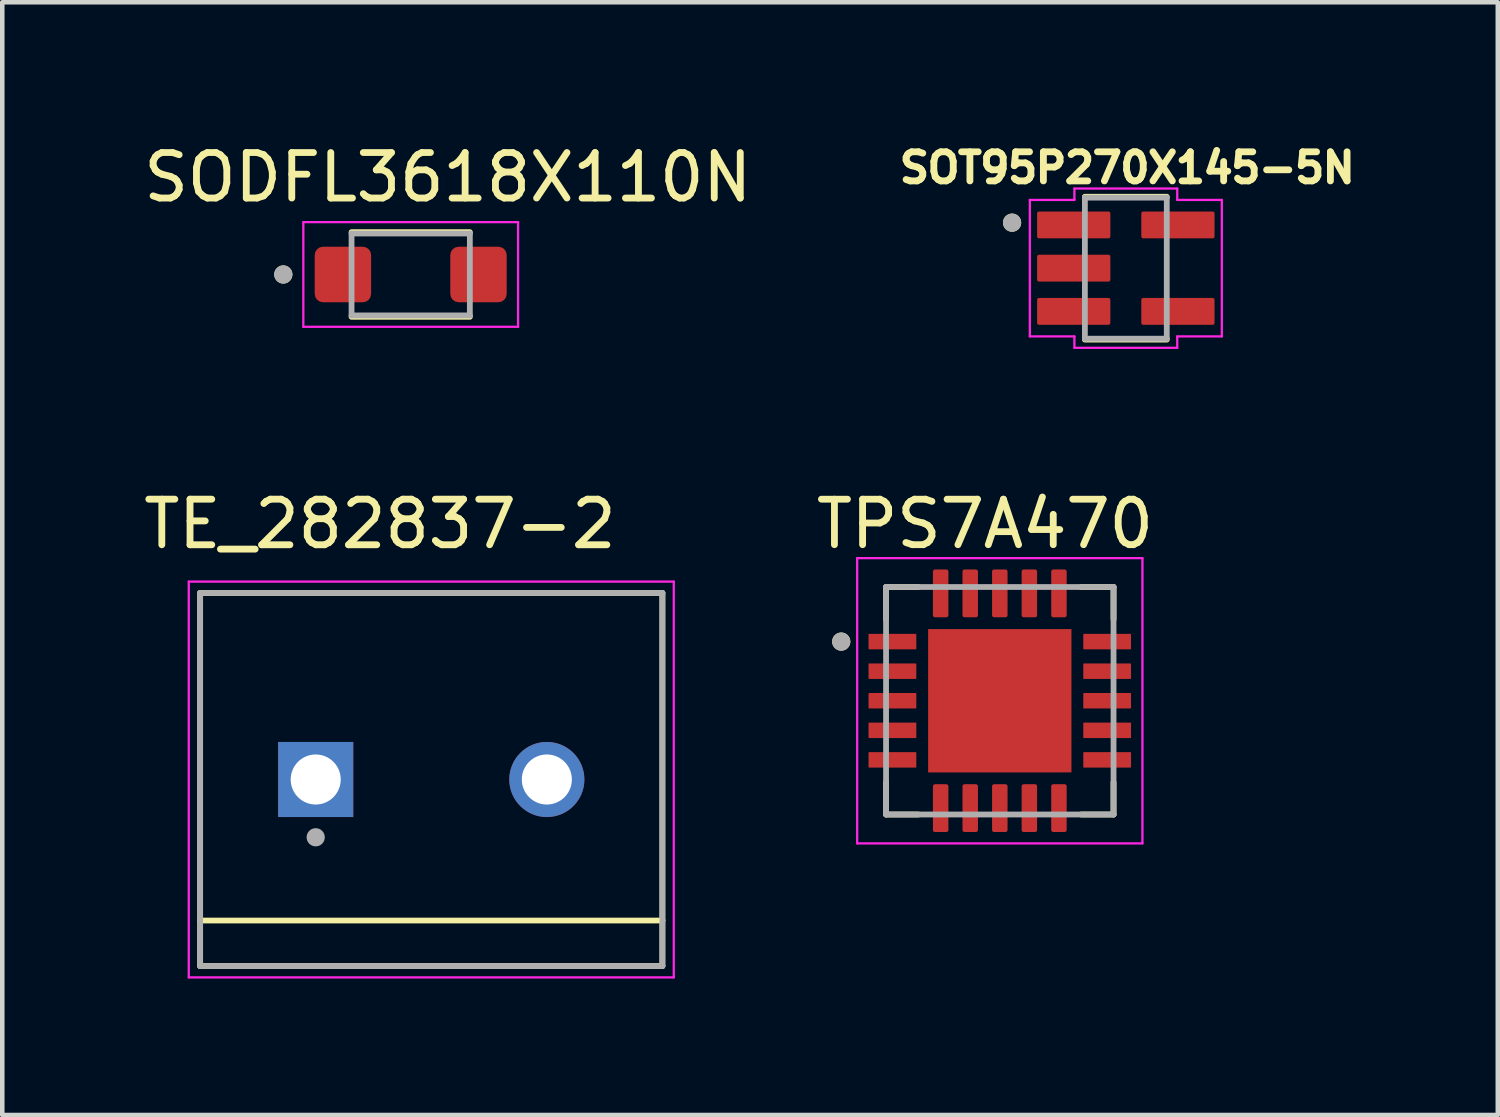
<source format=kicad_pcb>
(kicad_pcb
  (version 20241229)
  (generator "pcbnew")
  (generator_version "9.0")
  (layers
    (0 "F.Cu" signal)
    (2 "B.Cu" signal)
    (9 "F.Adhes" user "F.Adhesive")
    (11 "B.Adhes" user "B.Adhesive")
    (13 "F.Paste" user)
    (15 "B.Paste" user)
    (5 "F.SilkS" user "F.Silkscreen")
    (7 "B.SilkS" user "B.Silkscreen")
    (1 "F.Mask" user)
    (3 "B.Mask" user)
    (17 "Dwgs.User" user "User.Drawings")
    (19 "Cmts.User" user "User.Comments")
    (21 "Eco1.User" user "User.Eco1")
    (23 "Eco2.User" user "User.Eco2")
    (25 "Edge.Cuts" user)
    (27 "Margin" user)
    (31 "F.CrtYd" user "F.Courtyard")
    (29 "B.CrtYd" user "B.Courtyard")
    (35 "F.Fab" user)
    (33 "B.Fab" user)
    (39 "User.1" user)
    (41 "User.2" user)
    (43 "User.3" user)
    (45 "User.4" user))
  (footprint "TE_282837-2"
    (layer "F.Cu")
    (at 6.429 14.083)
    (property "Reference" "TE_282837-2" (at -1.127 -5.615 0) (layer "F.SilkS") (effects (font (size 1.002 1.002) (thickness 0.15))))
    (attr through_hole)
    (fp_line (start -5.08 -4.1) (end 5.08 -4.1) (stroke (width 0.127) (type solid)) (layer "F.SilkS"))
    (fp_line (start -5.08 3.1) (end -5.08 -4.1) (stroke (width 0.127) (type solid)) (layer "F.SilkS"))
    (fp_line (start -5.08 3.1) (end 5.08 3.1) (stroke (width 0.127) (type solid)) (layer "F.SilkS"))
    (fp_line (start -5.08 4.1) (end -5.08 3.1) (stroke (width 0.127) (type solid)) (layer "F.SilkS"))
    (fp_line (start 5.08 -4.1) (end 5.08 3.1) (stroke (width 0.127) (type solid)) (layer "F.SilkS"))
    (fp_line (start 5.08 3.1) (end 5.08 4.1) (stroke (width 0.127) (type solid)) (layer "F.SilkS"))
    (fp_line (start 5.08 4.1) (end -5.08 4.1) (stroke (width 0.127) (type solid)) (layer "F.SilkS"))
    (fp_line (start -5.33 -4.35) (end 5.33 -4.35) (stroke (width 0.05) (type solid)) (layer "F.CrtYd"))
    (fp_line (start -5.33 4.35) (end -5.33 -4.35) (stroke (width 0.05) (type solid)) (layer "F.CrtYd"))
    (fp_line (start 5.33 -4.35) (end 5.33 4.35) (stroke (width 0.05) (type solid)) (layer "F.CrtYd"))
    (fp_line (start 5.33 4.35) (end -5.33 4.35) (stroke (width 0.05) (type solid)) (layer "F.CrtYd"))
    (fp_line (start -5.08 -4.1) (end 5.08 -4.1) (stroke (width 0.127) (type solid)) (layer "F.Fab"))
    (fp_line (start -5.08 4.1) (end -5.08 -4.1) (stroke (width 0.127) (type solid)) (layer "F.Fab"))
    (fp_line (start 5.08 -4.1) (end 5.08 4.1) (stroke (width 0.127) (type solid)) (layer "F.Fab"))
    (fp_line (start 5.08 4.1) (end -5.08 4.1) (stroke (width 0.127) (type solid)) (layer "F.Fab"))
    (fp_circle (center -2.54 1.27) (end -2.44 1.27) (stroke (width 0.2) (type solid)) (fill no) (layer "F.Fab"))
    (pad "1" thru_hole rect (at -2.54 0) (size 1.65 1.65) (drill 1.1) (layers "*.Cu" "*.Mask"))
    (pad "2" thru_hole circle (at 2.54 0) (size 1.65 1.65) (drill 1.1) (layers "*.Cu" "*.Mask")))
  (footprint "TPS7A470"
    (layer "F.Cu")
    (at 18.925 12.352)
    (property "Reference" "TPS7A470" (at -0.325 -3.885 0) (layer "F.SilkS") (effects (font (size 1 1) (thickness 0.15))))
    (attr smd)
    (fp_line (start -2.5 -2.5) (end -2.5 -1.79) (stroke (width 0.127) (type solid)) (layer "F.SilkS"))
    (fp_line (start -2.5 -2.5) (end -1.79 -2.5) (stroke (width 0.127) (type solid)) (layer "F.SilkS"))
    (fp_line (start -2.5 2.5) (end -2.5 1.79) (stroke (width 0.127) (type solid)) (layer "F.SilkS"))
    (fp_line (start -2.5 2.5) (end -1.79 2.5) (stroke (width 0.127) (type solid)) (layer "F.SilkS"))
    (fp_line (start 2.5 -2.5) (end 1.79 -2.5) (stroke (width 0.127) (type solid)) (layer "F.SilkS"))
    (fp_line (start 2.5 -2.5) (end 2.5 -1.79) (stroke (width 0.127) (type solid)) (layer "F.SilkS"))
    (fp_line (start 2.5 2.5) (end 1.79 2.5) (stroke (width 0.127) (type solid)) (layer "F.SilkS"))
    (fp_line (start 2.5 2.5) (end 2.5 1.79) (stroke (width 0.127) (type solid)) (layer "F.SilkS"))
    (fp_circle (center -3.485 -1.3) (end -3.385 -1.3) (stroke (width 0.2) (type solid)) (fill no) (layer "F.SilkS"))
    (fp_poly (pts (xy -1.195 -1.195) (xy -0.195 -1.195) (xy -0.195 -0.195) (xy -1.195 -0.195)) (stroke (width 0.01) (type solid)) (fill yes) (layer "F.Paste"))
    (fp_poly (pts (xy -1.195 0.195) (xy -0.195 0.195) (xy -0.195 1.195) (xy -1.195 1.195)) (stroke (width 0.01) (type solid)) (fill yes) (layer "F.Paste"))
    (fp_poly (pts (xy 0.195 -1.195) (xy 1.195 -1.195) (xy 1.195 -0.195) (xy 0.195 -0.195)) (stroke (width 0.01) (type solid)) (fill yes) (layer "F.Paste"))
    (fp_poly (pts (xy 0.195 0.195) (xy 1.195 0.195) (xy 1.195 1.195) (xy 0.195 1.195)) (stroke (width 0.01) (type solid)) (fill yes) (layer "F.Paste"))
    (fp_line (start -3.135 -3.135) (end 3.135 -3.135) (stroke (width 0.05) (type solid)) (layer "F.CrtYd"))
    (fp_line (start -3.135 3.135) (end -3.135 -3.135) (stroke (width 0.05) (type solid)) (layer "F.CrtYd"))
    (fp_line (start -3.135 3.135) (end 3.135 3.135) (stroke (width 0.05) (type solid)) (layer "F.CrtYd"))
    (fp_line (start 3.135 3.135) (end 3.135 -3.135) (stroke (width 0.05) (type solid)) (layer "F.CrtYd"))
    (fp_line (start -2.5 2.5) (end -2.5 -2.5) (stroke (width 0.127) (type solid)) (layer "F.Fab"))
    (fp_line (start 2.5 -2.5) (end -2.5 -2.5) (stroke (width 0.127) (type solid)) (layer "F.Fab"))
    (fp_line (start 2.5 2.5) (end -2.5 2.5) (stroke (width 0.127) (type solid)) (layer "F.Fab"))
    (fp_line (start 2.5 2.5) (end 2.5 -2.5) (stroke (width 0.127) (type solid)) (layer "F.Fab"))
    (fp_circle (center -3.485 -1.3) (end -3.385 -1.3) (stroke (width 0.2) (type solid)) (fill no) (layer "F.Fab"))
    (pad "1" smd roundrect (at -2.36 -1.3) (size 1.05 0.34) (layers "F.Cu" "F.Mask" "F.Paste") (roundrect_rratio 0.04))
    (pad "2" smd roundrect (at -2.36 -0.65) (size 1.05 0.34) (layers "F.Cu" "F.Mask" "F.Paste") (roundrect_rratio 0.04))
    (pad "3" smd roundrect (at -2.36 0) (size 1.05 0.34) (layers "F.Cu" "F.Mask" "F.Paste") (roundrect_rratio 0.04))
    (pad "4" smd roundrect (at -2.36 0.65) (size 1.05 0.34) (layers "F.Cu" "F.Mask" "F.Paste") (roundrect_rratio 0.04))
    (pad "5" smd roundrect (at -2.36 1.3) (size 1.05 0.34) (layers "F.Cu" "F.Mask" "F.Paste") (roundrect_rratio 0.04))
    (pad "6" smd roundrect (at -1.3 2.36) (size 0.34 1.05) (layers "F.Cu" "F.Mask" "F.Paste") (roundrect_rratio 0.13))
    (pad "7" smd roundrect (at -0.65 2.36) (size 0.34 1.05) (layers "F.Cu" "F.Mask" "F.Paste") (roundrect_rratio 0.13))
    (pad "8" smd roundrect (at 0 2.36) (size 0.34 1.05) (layers "F.Cu" "F.Mask" "F.Paste") (roundrect_rratio 0.13))
    (pad "9" smd roundrect (at 0.65 2.36) (size 0.34 1.05) (layers "F.Cu" "F.Mask" "F.Paste") (roundrect_rratio 0.13))
    (pad "10" smd roundrect (at 1.3 2.36) (size 0.34 1.05) (layers "F.Cu" "F.Mask" "F.Paste") (roundrect_rratio 0.13))
    (pad "11" smd roundrect (at 2.36 1.3) (size 1.05 0.34) (layers "F.Cu" "F.Mask" "F.Paste") (roundrect_rratio 0.04))
    (pad "12" smd roundrect (at 2.36 0.65) (size 1.05 0.34) (layers "F.Cu" "F.Mask" "F.Paste") (roundrect_rratio 0.04))
    (pad "13" smd roundrect (at 2.36 0) (size 1.05 0.34) (layers "F.Cu" "F.Mask" "F.Paste") (roundrect_rratio 0.04))
    (pad "14" smd roundrect (at 2.36 -0.65) (size 1.05 0.34) (layers "F.Cu" "F.Mask" "F.Paste") (roundrect_rratio 0.04))
    (pad "15" smd roundrect (at 2.36 -1.3) (size 1.05 0.34) (layers "F.Cu" "F.Mask" "F.Paste") (roundrect_rratio 0.04))
    (pad "16" smd roundrect (at 1.3 -2.36) (size 0.34 1.05) (layers "F.Cu" "F.Mask" "F.Paste") (roundrect_rratio 0.13))
    (pad "17" smd roundrect (at 0.65 -2.36) (size 0.34 1.05) (layers "F.Cu" "F.Mask" "F.Paste") (roundrect_rratio 0.13))
    (pad "18" smd roundrect (at 0 -2.36) (size 0.34 1.05) (layers "F.Cu" "F.Mask" "F.Paste") (roundrect_rratio 0.13))
    (pad "19" smd roundrect (at -0.65 -2.36) (size 0.34 1.05) (layers "F.Cu" "F.Mask" "F.Paste") (roundrect_rratio 0.13))
    (pad "20" smd roundrect (at -1.3 -2.36) (size 0.34 1.05) (layers "F.Cu" "F.Mask" "F.Paste") (roundrect_rratio 0.13))
    (pad "21" smd rect (at 0 0) (size 3.15 3.15) (layers "F.Cu" "F.Mask")))
  (footprint "SOT95P270X145-5N"
    (layer "F.Cu")
    (at 21.695 2.844)
    (property "Reference" "SOT95P270X145-5N" (at 0.032 -2.206 0) (layer "F.SilkS") (effects (font (size 0.64 0.64) (thickness 0.15))))
    (attr smd)
    (fp_line (start -0.9 -1.57) (end 0.9 -1.57) (stroke (width 0.127) (type solid)) (layer "F.SilkS"))
    (fp_line (start -0.9 1.57) (end 0.9 1.57) (stroke (width 0.127) (type solid)) (layer "F.SilkS"))
    (fp_circle (center -2.5 -1) (end -2.4 -1) (stroke (width 0.2) (type solid)) (fill no) (layer "F.SilkS"))
    (fp_line (start -2.11 -1.5) (end -2.11 1.5) (stroke (width 0.05) (type solid)) (layer "F.CrtYd"))
    (fp_line (start -2.11 -1.5) (end -1.13 -1.5) (stroke (width 0.05) (type solid)) (layer "F.CrtYd"))
    (fp_line (start -1.13 -1.75) (end 1.13 -1.75) (stroke (width 0.05) (type solid)) (layer "F.CrtYd"))
    (fp_line (start -1.13 -1.5) (end -1.13 -1.75) (stroke (width 0.05) (type solid)) (layer "F.CrtYd"))
    (fp_line (start -1.13 1.5) (end -2.11 1.5) (stroke (width 0.05) (type solid)) (layer "F.CrtYd"))
    (fp_line (start -1.13 1.75) (end -1.13 1.5) (stroke (width 0.05) (type solid)) (layer "F.CrtYd"))
    (fp_line (start 1.13 -1.75) (end 1.13 -1.5) (stroke (width 0.05) (type solid)) (layer "F.CrtYd"))
    (fp_line (start 1.13 -1.5) (end 2.11 -1.5) (stroke (width 0.05) (type solid)) (layer "F.CrtYd"))
    (fp_line (start 1.13 1.5) (end 1.13 1.75) (stroke (width 0.05) (type solid)) (layer "F.CrtYd"))
    (fp_line (start 1.13 1.75) (end -1.13 1.75) (stroke (width 0.05) (type solid)) (layer "F.CrtYd"))
    (fp_line (start 2.11 1.5) (end 1.13 1.5) (stroke (width 0.05) (type solid)) (layer "F.CrtYd"))
    (fp_line (start 2.11 1.5) (end 2.11 -1.5) (stroke (width 0.05) (type solid)) (layer "F.CrtYd"))
    (fp_line (start -0.9 -1.55) (end 0.9 -1.55) (stroke (width 0.127) (type solid)) (layer "F.Fab"))
    (fp_line (start -0.9 1.55) (end -0.9 -1.55) (stroke (width 0.127) (type solid)) (layer "F.Fab"))
    (fp_line (start 0.9 -1.55) (end 0.9 1.55) (stroke (width 0.127) (type solid)) (layer "F.Fab"))
    (fp_line (start 0.9 1.55) (end -0.9 1.55) (stroke (width 0.127) (type solid)) (layer "F.Fab"))
    (fp_circle (center -2.5 -1) (end -2.4 -1) (stroke (width 0.2) (type solid)) (fill no) (layer "F.Fab"))
    (pad "1" smd roundrect (at -1.145 -0.95) (size 1.61 0.59) (layers "F.Cu" "F.Mask" "F.Paste") (roundrect_rratio 0.07))
    (pad "2" smd roundrect (at -1.145 0) (size 1.61 0.59) (layers "F.Cu" "F.Mask" "F.Paste") (roundrect_rratio 0.07))
    (pad "3" smd roundrect (at -1.145 0.95) (size 1.61 0.59) (layers "F.Cu" "F.Mask" "F.Paste") (roundrect_rratio 0.07))
    (pad "4" smd roundrect (at 1.145 0.95) (size 1.61 0.59) (layers "F.Cu" "F.Mask" "F.Paste") (roundrect_rratio 0.07))
    (pad "5" smd roundrect (at 1.145 -0.95) (size 1.61 0.59) (layers "F.Cu" "F.Mask" "F.Paste") (roundrect_rratio 0.07)))
  (footprint "SODFL3618X110N"
    (layer "F.Cu")
    (at 5.977 2.983)
    (property "Reference" "SODFL3618X110N" (at 0.815 -2.135 0) (layer "F.SilkS") (effects (font (size 1 1) (thickness 0.15))))
    (attr smd)
    (fp_line (start -1.3 -0.93) (end 1.3 -0.93) (stroke (width 0.127) (type solid)) (layer "F.SilkS"))
    (fp_line (start -1.3 0.93) (end 1.3 0.93) (stroke (width 0.127) (type solid)) (layer "F.SilkS"))
    (fp_circle (center -2.8 0) (end -2.7 0) (stroke (width 0.2) (type solid)) (fill no) (layer "F.SilkS"))
    (fp_line (start -2.36 -1.15) (end -2.36 1.15) (stroke (width 0.05) (type solid)) (layer "F.CrtYd"))
    (fp_line (start -2.36 1.15) (end 2.36 1.15) (stroke (width 0.05) (type solid)) (layer "F.CrtYd"))
    (fp_line (start 2.36 -1.15) (end -2.36 -1.15) (stroke (width 0.05) (type solid)) (layer "F.CrtYd"))
    (fp_line (start 2.36 1.15) (end 2.36 -1.15) (stroke (width 0.05) (type solid)) (layer "F.CrtYd"))
    (fp_line (start -1.3 -0.9) (end 1.3 -0.9) (stroke (width 0.127) (type solid)) (layer "F.Fab"))
    (fp_line (start -1.3 0.9) (end -1.3 -0.9) (stroke (width 0.127) (type solid)) (layer "F.Fab"))
    (fp_line (start 1.3 -0.9) (end 1.3 0.9) (stroke (width 0.127) (type solid)) (layer "F.Fab"))
    (fp_line (start 1.3 0.9) (end -1.3 0.9) (stroke (width 0.127) (type solid)) (layer "F.Fab"))
    (fp_circle (center -2.8 0) (end -2.7 0) (stroke (width 0.2) (type solid)) (fill no) (layer "F.Fab"))
    (pad "1" smd roundrect (at -1.49 0) (size 1.24 1.22) (layers "F.Cu" "F.Mask" "F.Paste") (roundrect_rratio 0.15))
    (pad "2" smd roundrect (at 1.49 0) (size 1.24 1.22) (layers "F.Cu" "F.Mask" "F.Paste") (roundrect_rratio 0.15)))
  (gr_rect
    (start -3 -3)
    (end 29.871 21.458)
    (stroke (width 0.1) (type default))
    (fill no)
    (layer "Edge.Cuts")))
</source>
